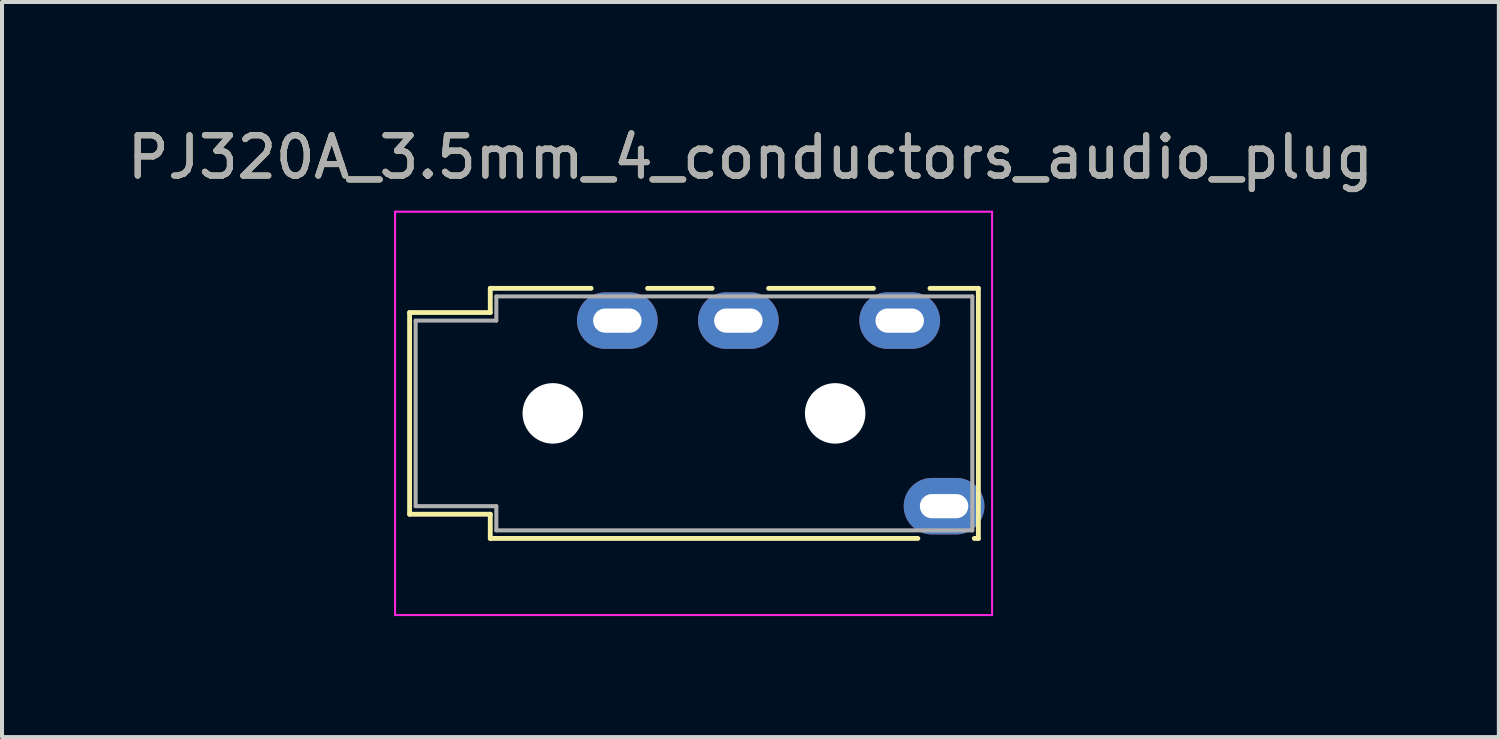
<source format=kicad_pcb>
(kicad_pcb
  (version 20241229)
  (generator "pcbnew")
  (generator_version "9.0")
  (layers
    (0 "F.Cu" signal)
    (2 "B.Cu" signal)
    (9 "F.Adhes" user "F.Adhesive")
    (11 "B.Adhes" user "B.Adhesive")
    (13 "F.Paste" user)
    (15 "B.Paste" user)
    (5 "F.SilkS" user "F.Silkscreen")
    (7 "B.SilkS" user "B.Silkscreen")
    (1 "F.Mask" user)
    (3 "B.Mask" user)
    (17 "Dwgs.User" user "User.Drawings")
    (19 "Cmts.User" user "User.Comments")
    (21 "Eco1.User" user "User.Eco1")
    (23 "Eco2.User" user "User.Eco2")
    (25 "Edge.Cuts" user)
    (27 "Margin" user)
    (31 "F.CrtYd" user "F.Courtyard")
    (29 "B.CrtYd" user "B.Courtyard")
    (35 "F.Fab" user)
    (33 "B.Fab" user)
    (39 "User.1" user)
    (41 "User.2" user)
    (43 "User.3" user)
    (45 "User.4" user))
  (footprint "PJ320A_3.5mm_4_conductors_audio_plug"
    (layer "F.Cu")
    (at 9.054 7.198)
    (property "Reference" "PJ320A_3.5mm_4_conductors_audio_plug" (at 6.5 -6.35 0) (layer "F.SilkS") (effects (font (size 1 1) (thickness 0.15))))
    (attr smd)
    (fp_line (start -1.95 -2.5) (end -1.95 2.5) (stroke (width 0.12) (type solid)) (layer "F.SilkS"))
    (fp_line (start 0.05 -3.1) (end 0.05 -2.5) (stroke (width 0.12) (type solid)) (layer "F.SilkS"))
    (fp_line (start 0.05 -3.1) (end 2.55 -3.1) (stroke (width 0.12) (type solid)) (layer "F.SilkS"))
    (fp_line (start 0.05 -2.5) (end -1.95 -2.5) (stroke (width 0.12) (type solid)) (layer "F.SilkS"))
    (fp_line (start 0.05 2.5) (end -1.95 2.5) (stroke (width 0.12) (type solid)) (layer "F.SilkS"))
    (fp_line (start 0.05 2.5) (end 0.05 3.1) (stroke (width 0.12) (type solid)) (layer "F.SilkS"))
    (fp_line (start 3.95 -3.1) (end 5.55 -3.1) (stroke (width 0.12) (type solid)) (layer "F.SilkS"))
    (fp_line (start 6.95 -3.1) (end 9.55 -3.1) (stroke (width 0.12) (type solid)) (layer "F.SilkS"))
    (fp_line (start 10.65 3.1) (end 0.05 3.1) (stroke (width 0.12) (type solid)) (layer "F.SilkS"))
    (fp_line (start 10.95 -3.1) (end 12.15 -3.1) (stroke (width 0.12) (type solid)) (layer "F.SilkS"))
    (fp_line (start 12.05 3.1) (end 12.15 3.1) (stroke (width 0.12) (type solid)) (layer "F.SilkS"))
    (fp_line (start 12.15 3.1) (end 12.15 -3.1) (stroke (width 0.12) (type solid)) (layer "F.SilkS"))
    (fp_line (start -2.31 -5) (end 12.49 -5) (stroke (width 0.05) (type solid)) (layer "F.CrtYd"))
    (fp_line (start -2.31 5) (end -2.31 -5) (stroke (width 0.05) (type solid)) (layer "F.CrtYd"))
    (fp_line (start -2.31 5) (end 12.49 5) (stroke (width 0.05) (type solid)) (layer "F.CrtYd"))
    (fp_line (start 12.49 5) (end 12.49 -5) (stroke (width 0.05) (type solid)) (layer "F.CrtYd"))
    (fp_line (start -1.8 -2.3) (end 0.2 -2.3) (stroke (width 0.1) (type solid)) (layer "F.Fab"))
    (fp_line (start -1.8 2.3) (end -1.8 -2.3) (stroke (width 0.1) (type solid)) (layer "F.Fab"))
    (fp_line (start 0.2 -2.9) (end 12 -2.9) (stroke (width 0.1) (type solid)) (layer "F.Fab"))
    (fp_line (start 0.2 -2.3) (end 0.2 -2.9) (stroke (width 0.1) (type solid)) (layer "F.Fab"))
    (fp_line (start 0.2 2.3) (end -1.8 2.3) (stroke (width 0.1) (type solid)) (layer "F.Fab"))
    (fp_line (start 0.2 2.9) (end 0.2 2.3) (stroke (width 0.1) (type solid)) (layer "F.Fab"))
    (fp_line (start 12 -2.9) (end 12 2.9) (stroke (width 0.1) (type solid)) (layer "F.Fab"))
    (fp_line (start 12 2.9) (end 0.2 2.9) (stroke (width 0.1) (type solid)) (layer "F.Fab"))
    (fp_text user "${REFERENCE}" (at 6.5 -6.35 0) (layer "F.Fab") (effects (font (size 1 1) (thickness 0.15))))
    (pad "" np_thru_hole circle (at 1.6 0) (size 1.5 1.5) (drill 1.5) (layers "*.Cu" "*.Mask"))
    (pad "" np_thru_hole circle (at 8.6 0) (size 1.5 1.5) (drill 1.5) (layers "*.Cu" "*.Mask"))
    (pad "2" thru_hole oval (at 3.2 -2.3) (size 2 1.4) (drill oval 1.2 0.6) (layers "*.Cu" "*.Mask"))
    (pad "3" thru_hole oval (at 6.2 -2.3) (size 2 1.4) (drill oval 1.2 0.6) (layers "*.Cu" "*.Mask"))
    (pad "4" thru_hole oval (at 10.2 -2.3) (size 2 1.4) (drill oval 1.2 0.6) (layers "*.Cu" "*.Mask"))
    (pad "5" thru_hole oval (at 11.3 2.3) (size 2 1.4) (drill oval 1.2 0.6) (layers "*.Cu" "*.Mask")))
  (gr_rect
    (start -3 -3)
    (end 34.107 15.223)
    (stroke (width 0.1) (type default))
    (fill no)
    (layer "Edge.Cuts")))
</source>
